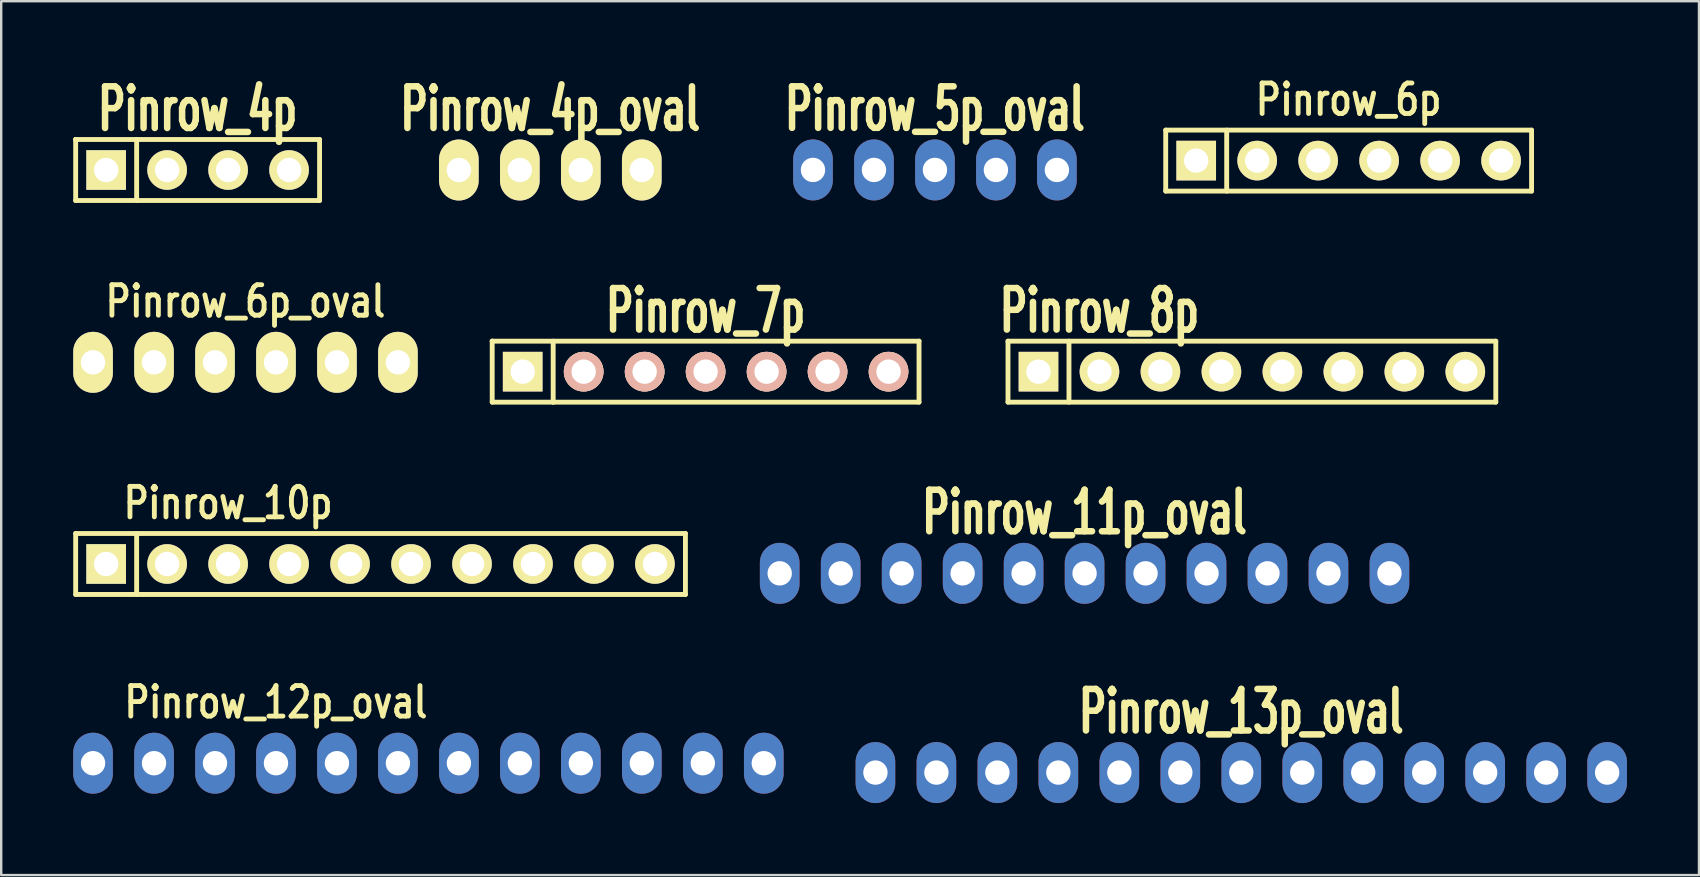
<source format=kicad_pcb>
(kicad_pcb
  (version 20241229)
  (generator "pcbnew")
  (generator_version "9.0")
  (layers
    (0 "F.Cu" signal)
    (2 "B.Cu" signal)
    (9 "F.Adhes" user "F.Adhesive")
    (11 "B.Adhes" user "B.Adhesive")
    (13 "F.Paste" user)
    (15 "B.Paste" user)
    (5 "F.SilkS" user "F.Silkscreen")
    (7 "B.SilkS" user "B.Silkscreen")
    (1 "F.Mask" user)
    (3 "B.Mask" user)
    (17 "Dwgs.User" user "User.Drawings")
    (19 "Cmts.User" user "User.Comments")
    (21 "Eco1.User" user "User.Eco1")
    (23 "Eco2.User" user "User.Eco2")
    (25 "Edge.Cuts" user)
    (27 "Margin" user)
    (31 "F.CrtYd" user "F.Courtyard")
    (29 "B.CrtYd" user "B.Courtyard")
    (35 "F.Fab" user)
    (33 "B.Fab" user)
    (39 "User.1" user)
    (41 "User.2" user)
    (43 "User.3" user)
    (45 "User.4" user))
  (footprint "Pinrow_12p_oval"
    (layer "F.Cu")
    (at 14.796 28.742)
    (property "Reference" "Pinrow_12p_oval" (at -6.35 -2.54 0) (layer "F.SilkS") (effects (font (size 1.27 1.016) (thickness 0.203))))
    (attr through_hole)
    (pad "1" thru_hole oval (at -13.97 0) (size 1.651 2.54) (drill 1.016) (layers "*.Cu" "*.Mask"))
    (pad "2" thru_hole oval (at -11.43 0) (size 1.651 2.54) (drill 1.016) (layers "*.Cu" "*.Mask"))
    (pad "3" thru_hole oval (at -8.89 0) (size 1.651 2.54) (drill 1.016) (layers "*.Cu" "*.Mask"))
    (pad "4" thru_hole oval (at -6.35 0) (size 1.651 2.54) (drill 1.016) (layers "*.Cu" "*.Mask"))
    (pad "5" thru_hole oval (at -3.81 0) (size 1.651 2.54) (drill 1.016) (layers "*.Cu" "*.Mask"))
    (pad "6" thru_hole oval (at -1.27 0) (size 1.651 2.54) (drill 1.016) (layers "*.Cu" "*.Mask"))
    (pad "7" thru_hole oval (at 1.27 0) (size 1.651 2.54) (drill 1.016) (layers "*.Cu" "*.Mask"))
    (pad "8" thru_hole oval (at 3.81 0) (size 1.651 2.54) (drill 1.016) (layers "*.Cu" "*.Mask"))
    (pad "9" thru_hole oval (at 6.35 0) (size 1.651 2.54) (drill 1.016) (layers "*.Cu" "*.Mask"))
    (pad "10" thru_hole oval (at 8.89 0) (size 1.651 2.54) (drill 1.016) (layers "*.Cu" "*.Mask"))
    (pad "11" thru_hole oval (at 11.43 0) (size 1.651 2.54) (drill 1.016) (layers "*.Cu" "*.Mask"))
    (pad "12" thru_hole oval (at 13.97 0) (size 1.651 2.54) (drill 1.016) (layers "*.Cu" "*.Mask")))
  (footprint "Pinrow_6p"
    (layer "F.Cu")
    (at 53.129 3.64)
    (property "Reference" "Pinrow_6p" (at 0 -2.54 0) (layer "F.SilkS") (effects (font (size 1.27 1.016) (thickness 0.203))))
    (attr through_hole)
    (fp_line (start -7.62 -1.27) (end 7.62 -1.27) (stroke (width 0.203) (type solid)) (layer "F.SilkS"))
    (fp_line (start -7.62 1.27) (end -7.62 -1.27) (stroke (width 0.203) (type solid)) (layer "F.SilkS"))
    (fp_line (start -5.08 1.27) (end -5.08 -1.27) (stroke (width 0.203) (type solid)) (layer "F.SilkS"))
    (fp_line (start 7.62 -1.27) (end 7.62 1.27) (stroke (width 0.203) (type solid)) (layer "F.SilkS"))
    (fp_line (start 7.62 1.27) (end -7.62 1.27) (stroke (width 0.203) (type solid)) (layer "F.SilkS"))
    (pad "1" thru_hole rect (at -6.35 0) (size 1.651 1.651) (drill 1.016) (layers "*.Cu" "*.Mask" "F.SilkS"))
    (pad "2" thru_hole circle (at -3.81 0) (size 1.651 1.651) (drill 1.016) (layers "*.Cu" "*.Mask" "F.SilkS"))
    (pad "3" thru_hole circle (at -1.27 0) (size 1.651 1.651) (drill 1.016) (layers "*.Cu" "*.Mask" "F.SilkS"))
    (pad "4" thru_hole circle (at 1.27 0) (size 1.651 1.651) (drill 1.016) (layers "*.Cu" "*.Mask" "F.SilkS"))
    (pad "5" thru_hole circle (at 3.81 0) (size 1.651 1.651) (drill 1.016) (layers "*.Cu" "*.Mask" "F.SilkS"))
    (pad "6" thru_hole circle (at 6.35 0) (size 1.651 1.651) (drill 1.016) (layers "*.Cu" "*.Mask" "F.SilkS")))
  (footprint "Pinrow_7p"
    (layer "F.Cu")
    (at 26.343 12.432)
    (property "Reference" "Pinrow_7p" (at 0 -2.54 0) (layer "F.SilkS") (effects (font (size 1.73 1.087) (thickness 0.272))))
    (attr through_hole)
    (fp_line (start -8.89 -1.27) (end -8.89 -1.27) (stroke (width 0.203) (type solid)) (layer "F.SilkS"))
    (fp_line (start -8.89 -1.27) (end 8.89 -1.27) (stroke (width 0.203) (type solid)) (layer "F.SilkS"))
    (fp_line (start -8.89 1.27) (end -8.89 -1.27) (stroke (width 0.203) (type solid)) (layer "F.SilkS"))
    (fp_line (start -6.35 1.27) (end -6.35 -1.27) (stroke (width 0.203) (type solid)) (layer "F.SilkS"))
    (fp_line (start -6.35 1.27) (end -6.35 1.27) (stroke (width 0.203) (type solid)) (layer "F.SilkS"))
    (fp_line (start 8.89 -1.27) (end 8.89 1.27) (stroke (width 0.203) (type solid)) (layer "F.SilkS"))
    (fp_line (start 8.89 1.27) (end -8.89 1.27) (stroke (width 0.203) (type solid)) (layer "F.SilkS"))
    (pad "1" thru_hole rect (at -7.62 0) (size 1.651 1.651) (drill 1.016) (layers "*.Cu" "*.Mask" "F.SilkS"))
    (pad "2" thru_hole circle (at -5.08 0) (size 1.651 1.651) (drill 1.016) (layers "*.Cu" "*.SilkS" "*.Mask"))
    (pad "3" thru_hole circle (at -2.54 0) (size 1.651 1.651) (drill 1.016) (layers "*.Cu" "*.SilkS" "*.Mask"))
    (pad "4" thru_hole circle (at 0 0) (size 1.651 1.651) (drill 1.016) (layers "*.Cu" "*.SilkS" "*.Mask"))
    (pad "5" thru_hole circle (at 2.54 0) (size 1.651 1.651) (drill 1.016) (layers "*.Cu" "*.SilkS" "*.Mask"))
    (pad "6" thru_hole circle (at 5.08 0) (size 1.651 1.651) (drill 1.016) (layers "*.Cu" "*.SilkS" "*.Mask"))
    (pad "7" thru_hole circle (at 7.62 0) (size 1.651 1.651) (drill 1.016) (layers "*.Cu" "*.SilkS" "*.Mask")))
  (footprint "Pinrow_11p_oval"
    (layer "F.Cu")
    (at 42.129 20.833)
    (property "Reference" "Pinrow_11p_oval" (at 0 -2.54 0) (layer "F.SilkS") (effects (font (size 1.73 1.087) (thickness 0.272))))
    (attr through_hole)
    (pad "1" thru_hole oval (at -12.7 0) (size 1.651 2.54) (drill 1.016) (layers "*.Cu" "*.Mask"))
    (pad "2" thru_hole oval (at -10.16 0) (size 1.651 2.54) (drill 1.016) (layers "*.Cu" "*.Mask"))
    (pad "3" thru_hole oval (at -7.62 0) (size 1.651 2.54) (drill 1.016) (layers "*.Cu" "*.Mask"))
    (pad "4" thru_hole oval (at -5.08 0) (size 1.651 2.54) (drill 1.016) (layers "*.Cu" "*.Mask"))
    (pad "5" thru_hole oval (at -2.54 0) (size 1.651 2.54) (drill 1.016) (layers "*.Cu" "*.Mask"))
    (pad "6" thru_hole oval (at 0 0) (size 1.651 2.54) (drill 1.016) (layers "*.Cu" "*.Mask"))
    (pad "7" thru_hole oval (at 2.54 0) (size 1.651 2.54) (drill 1.016) (layers "*.Cu" "*.Mask"))
    (pad "8" thru_hole oval (at 5.08 0) (size 1.651 2.54) (drill 1.016) (layers "*.Cu" "*.Mask"))
    (pad "9" thru_hole oval (at 7.62 0) (size 1.651 2.54) (drill 1.016) (layers "*.Cu" "*.Mask"))
    (pad "10" thru_hole oval (at 10.16 0) (size 1.651 2.54) (drill 1.016) (layers "*.Cu" "*.Mask"))
    (pad "11" thru_hole oval (at 12.7 0) (size 1.651 2.54) (drill 1.016) (layers "*.Cu" "*.Mask")))
  (footprint "Pinrow_4p_oval"
    (layer "F.Cu")
    (at 19.874 4.032)
    (property "Reference" "Pinrow_4p_oval" (at 0 -2.54 0) (layer "F.SilkS") (effects (font (size 1.735 1.087) (thickness 0.272))))
    (attr through_hole)
    (pad "1" thru_hole oval (at -3.81 0) (size 1.651 2.54) (drill 1.016) (layers "*.Cu" "*.Mask" "F.SilkS"))
    (pad "2" thru_hole oval (at -1.27 0) (size 1.651 2.54) (drill 1.016) (layers "*.Cu" "*.Mask" "F.SilkS"))
    (pad "3" thru_hole oval (at 1.27 0) (size 1.651 2.54) (drill 1.016) (layers "*.Cu" "*.Mask" "F.SilkS"))
    (pad "4" thru_hole oval (at 3.81 0) (size 1.651 2.54) (drill 1.016) (layers "*.Cu" "*.Mask" "F.SilkS")))
  (footprint "Pinrow_10p"
    (layer "F.Cu")
    (at 12.802 20.443)
    (property "Reference" "Pinrow_10p" (at -6.35 -2.54 0) (layer "F.SilkS") (effects (font (size 1.27 1.016) (thickness 0.203))))
    (attr through_hole)
    (fp_line (start -12.7 -1.27) (end 12.7 -1.27) (stroke (width 0.203) (type solid)) (layer "F.SilkS"))
    (fp_line (start -12.7 1.27) (end -12.7 -1.27) (stroke (width 0.203) (type solid)) (layer "F.SilkS"))
    (fp_line (start -10.16 1.27) (end -10.16 -1.27) (stroke (width 0.203) (type solid)) (layer "F.SilkS"))
    (fp_line (start 12.7 -1.27) (end 12.7 1.27) (stroke (width 0.203) (type solid)) (layer "F.SilkS"))
    (fp_line (start 12.7 1.27) (end -12.7 1.27) (stroke (width 0.203) (type solid)) (layer "F.SilkS"))
    (pad "1" thru_hole rect (at -11.43 0) (size 1.651 1.651) (drill 1.016) (layers "*.Cu" "*.Mask" "F.SilkS"))
    (pad "2" thru_hole circle (at -8.89 0) (size 1.651 1.651) (drill 1.016) (layers "*.Cu" "*.Mask" "F.SilkS"))
    (pad "3" thru_hole circle (at -6.35 0) (size 1.651 1.651) (drill 1.016) (layers "*.Cu" "*.Mask" "F.SilkS"))
    (pad "4" thru_hole circle (at -3.81 0) (size 1.651 1.651) (drill 1.016) (layers "*.Cu" "*.Mask" "F.SilkS"))
    (pad "5" thru_hole circle (at -1.27 0) (size 1.651 1.651) (drill 1.016) (layers "*.Cu" "*.Mask" "F.SilkS"))
    (pad "6" thru_hole circle (at 1.27 0) (size 1.651 1.651) (drill 1.016) (layers "*.Cu" "*.Mask" "F.SilkS"))
    (pad "7" thru_hole circle (at 3.81 0) (size 1.651 1.651) (drill 1.016) (layers "*.Cu" "*.Mask" "F.SilkS"))
    (pad "8" thru_hole circle (at 6.35 0) (size 1.651 1.651) (drill 1.016) (layers "*.Cu" "*.Mask" "F.SilkS"))
    (pad "9" thru_hole circle (at 8.89 0) (size 1.651 1.651) (drill 1.016) (layers "*.Cu" "*.Mask" "F.SilkS"))
    (pad "10" thru_hole circle (at 11.43 0) (size 1.651 1.651) (drill 1.016) (layers "*.Cu" "*.Mask" "F.SilkS")))
  (footprint "Pinrow_8p"
    (layer "F.Cu")
    (at 49.099 12.432)
    (property "Reference" "Pinrow_8p" (at -6.35 -2.54 0) (layer "F.SilkS") (effects (font (size 1.73 1.087) (thickness 0.272))))
    (attr through_hole)
    (fp_line (start -10.16 -1.27) (end 10.16 -1.27) (stroke (width 0.203) (type solid)) (layer "F.SilkS"))
    (fp_line (start -10.16 1.27) (end -10.16 -1.27) (stroke (width 0.203) (type solid)) (layer "F.SilkS"))
    (fp_line (start -7.62 1.27) (end -7.62 -1.27) (stroke (width 0.203) (type solid)) (layer "F.SilkS"))
    (fp_line (start 10.16 -1.27) (end 10.16 1.27) (stroke (width 0.203) (type solid)) (layer "F.SilkS"))
    (fp_line (start 10.16 1.27) (end -10.16 1.27) (stroke (width 0.203) (type solid)) (layer "F.SilkS"))
    (pad "1" thru_hole rect (at -8.89 0) (size 1.651 1.651) (drill 1.016) (layers "*.Cu" "*.Mask" "F.SilkS"))
    (pad "2" thru_hole circle (at -6.35 0) (size 1.651 1.651) (drill 1.016) (layers "*.Cu" "*.Mask" "F.SilkS"))
    (pad "3" thru_hole circle (at -3.81 0) (size 1.651 1.651) (drill 1.016) (layers "*.Cu" "*.Mask" "F.SilkS"))
    (pad "4" thru_hole circle (at -1.27 0) (size 1.651 1.651) (drill 1.016) (layers "*.Cu" "*.Mask" "F.SilkS"))
    (pad "5" thru_hole circle (at 1.27 0) (size 1.651 1.651) (drill 1.016) (layers "*.Cu" "*.Mask" "F.SilkS"))
    (pad "6" thru_hole circle (at 3.81 0) (size 1.651 1.651) (drill 1.016) (layers "*.Cu" "*.Mask" "F.SilkS"))
    (pad "7" thru_hole circle (at 6.35 0) (size 1.651 1.651) (drill 1.016) (layers "*.Cu" "*.Mask" "F.SilkS"))
    (pad "8" thru_hole circle (at 8.89 0) (size 1.651 1.651) (drill 1.016) (layers "*.Cu" "*.Mask" "F.SilkS")))
  (footprint "Pinrow_4p"
    (layer "F.Cu")
    (at 5.182 4.032)
    (property "Reference" "Pinrow_4p" (at 0 -2.54 0) (layer "F.SilkS") (effects (font (size 1.735 1.087) (thickness 0.272))))
    (attr through_hole)
    (fp_line (start -5.08 -1.27) (end -5.08 -1.27) (stroke (width 0.203) (type solid)) (layer "F.SilkS"))
    (fp_line (start -5.08 -1.27) (end -5.08 -1.27) (stroke (width 0.203) (type solid)) (layer "F.SilkS"))
    (fp_line (start -5.08 -1.27) (end 5.08 -1.27) (stroke (width 0.203) (type solid)) (layer "F.SilkS"))
    (fp_line (start -5.08 1.27) (end -5.08 -1.27) (stroke (width 0.203) (type solid)) (layer "F.SilkS"))
    (fp_line (start -2.54 1.27) (end -2.54 -1.27) (stroke (width 0.203) (type solid)) (layer "F.SilkS"))
    (fp_line (start 5.08 -1.27) (end 5.08 1.27) (stroke (width 0.203) (type solid)) (layer "F.SilkS"))
    (fp_line (start 5.08 1.27) (end -5.08 1.27) (stroke (width 0.203) (type solid)) (layer "F.SilkS"))
    (pad "1" thru_hole rect (at -3.81 0) (size 1.651 1.651) (drill 1.016) (layers "*.Cu" "*.Mask" "F.SilkS"))
    (pad "2" thru_hole circle (at -1.27 0) (size 1.651 1.651) (drill 1.016) (layers "*.Cu" "*.Mask" "F.SilkS"))
    (pad "3" thru_hole circle (at 1.27 0) (size 1.651 1.651) (drill 1.016) (layers "*.Cu" "*.Mask" "F.SilkS"))
    (pad "4" thru_hole circle (at 3.81 0) (size 1.651 1.651) (drill 1.016) (layers "*.Cu" "*.Mask" "F.SilkS")))
  (footprint "Pinrow_5p_oval"
    (layer "F.Cu")
    (at 35.896 4.029)
    (property "Reference" "Pinrow_5p_oval" (at 0 -2.54 0) (layer "F.SilkS") (effects (font (size 1.73 1.087) (thickness 0.272))))
    (attr through_hole)
    (pad "1" thru_hole oval (at -5.08 0) (size 1.651 2.54) (drill 1.016) (layers "*.Cu" "*.Mask"))
    (pad "2" thru_hole oval (at -2.54 0) (size 1.651 2.54) (drill 1.016) (layers "*.Cu" "*.Mask"))
    (pad "3" thru_hole oval (at 0 0) (size 1.651 2.54) (drill 1.016) (layers "*.Cu" "*.Mask"))
    (pad "4" thru_hole oval (at 2.54 0) (size 1.651 2.54) (drill 1.016) (layers "*.Cu" "*.Mask"))
    (pad "5" thru_hole oval (at 5.08 0) (size 1.651 2.54) (drill 1.016) (layers "*.Cu" "*.Mask")))
  (footprint "Pinrow_6p_oval"
    (layer "F.Cu")
    (at 7.176 12.043)
    (property "Reference" "Pinrow_6p_oval" (at 0 -2.54 0) (layer "F.SilkS") (effects (font (size 1.27 1.016) (thickness 0.203))))
    (attr through_hole)
    (pad "1" thru_hole oval (at -6.35 0) (size 1.651 2.54) (drill 1.016) (layers "*.Cu" "*.Mask" "F.SilkS"))
    (pad "2" thru_hole oval (at -3.81 0) (size 1.651 2.54) (drill 1.016) (layers "*.Cu" "*.Mask" "F.SilkS"))
    (pad "3" thru_hole oval (at -1.27 0) (size 1.651 2.54) (drill 1.016) (layers "*.Cu" "*.Mask" "F.SilkS"))
    (pad "4" thru_hole oval (at 1.27 0) (size 1.651 2.54) (drill 1.016) (layers "*.Cu" "*.Mask" "F.SilkS"))
    (pad "5" thru_hole oval (at 3.81 0) (size 1.651 2.54) (drill 1.016) (layers "*.Cu" "*.Mask" "F.SilkS"))
    (pad "6" thru_hole oval (at 6.35 0) (size 1.651 2.54) (drill 1.016) (layers "*.Cu" "*.Mask" "F.SilkS")))
  (footprint "Pinrow_13p_oval"
    (layer "F.Cu")
    (at 48.657 29.132)
    (property "Reference" "Pinrow_13p_oval" (at 0 -2.54 0) (layer "F.SilkS") (effects (font (size 1.73 1.087) (thickness 0.272))))
    (attr through_hole)
    (pad "1" thru_hole oval (at -15.24 0) (size 1.651 2.54) (drill 1.016) (layers "*.Cu" "*.Mask"))
    (pad "2" thru_hole oval (at -12.7 0) (size 1.651 2.54) (drill 1.016) (layers "*.Cu" "*.Mask"))
    (pad "3" thru_hole oval (at -10.16 0) (size 1.651 2.54) (drill 1.016) (layers "*.Cu" "*.Mask"))
    (pad "4" thru_hole oval (at -7.62 0) (size 1.651 2.54) (drill 1.016) (layers "*.Cu" "*.Mask"))
    (pad "5" thru_hole oval (at -5.08 0) (size 1.651 2.54) (drill 1.016) (layers "*.Cu" "*.Mask"))
    (pad "6" thru_hole oval (at -2.54 0) (size 1.651 2.54) (drill 1.016) (layers "*.Cu" "*.Mask"))
    (pad "7" thru_hole oval (at 0 0) (size 1.651 2.54) (drill 1.016) (layers "*.Cu" "*.Mask"))
    (pad "8" thru_hole oval (at 2.54 0) (size 1.651 2.54) (drill 1.016) (layers "*.Cu" "*.Mask"))
    (pad "9" thru_hole oval (at 5.08 0) (size 1.651 2.54) (drill 1.016) (layers "*.Cu" "*.Mask"))
    (pad "10" thru_hole oval (at 7.62 0) (size 1.651 2.54) (drill 1.016) (layers "*.Cu" "*.Mask"))
    (pad "11" thru_hole oval (at 10.16 0) (size 1.651 2.54) (drill 1.016) (layers "*.Cu" "*.Mask"))
    (pad "12" thru_hole oval (at 12.7 0) (size 1.651 2.54) (drill 1.016) (layers "*.Cu" "*.Mask"))
    (pad "13" thru_hole oval (at 15.24 0) (size 1.651 2.54) (drill 1.016) (layers "*.Cu" "*.Mask")))
  (gr_rect
    (start -3 -3)
    (end 67.722 33.402)
    (stroke (width 0.1) (type default))
    (fill no)
    (layer "Edge.Cuts")))
</source>
